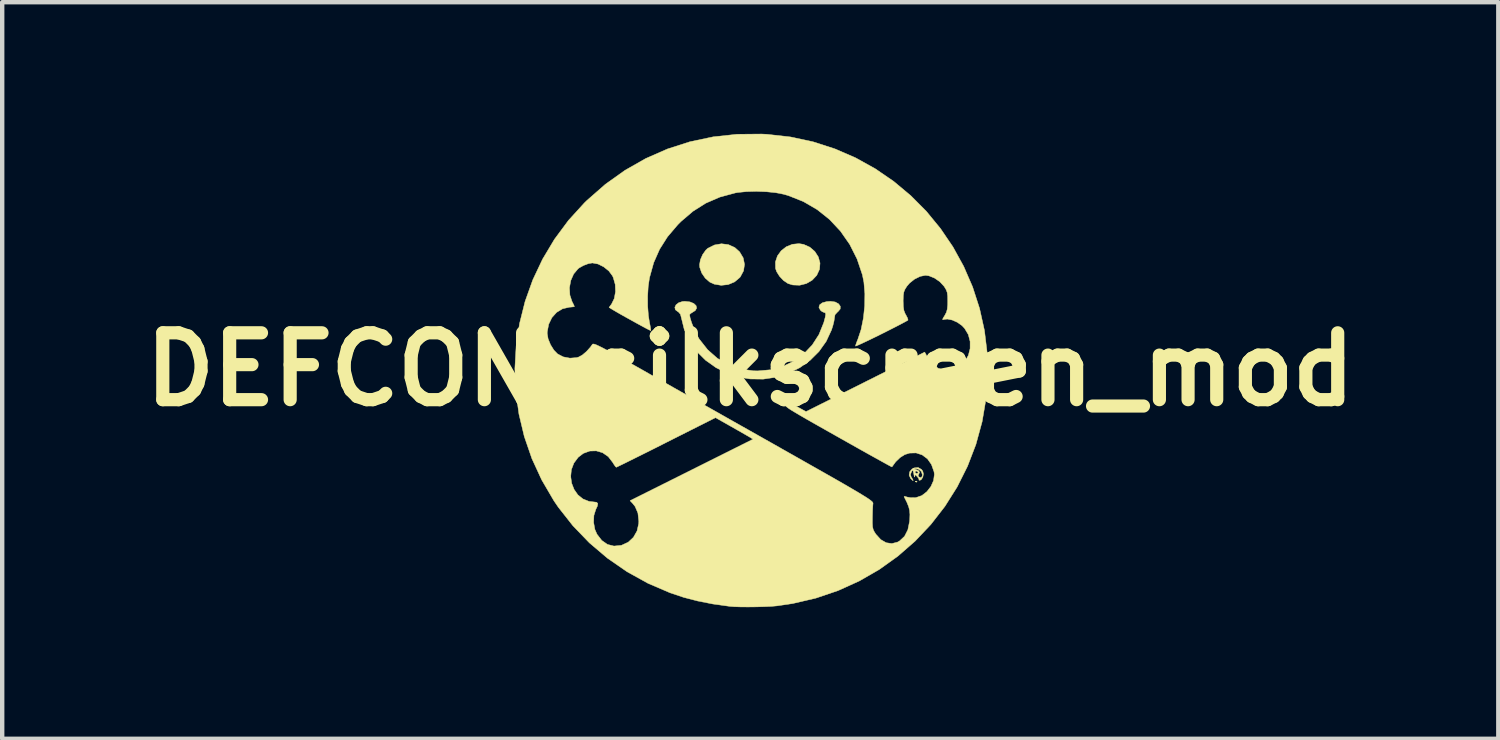
<source format=kicad_pcb>
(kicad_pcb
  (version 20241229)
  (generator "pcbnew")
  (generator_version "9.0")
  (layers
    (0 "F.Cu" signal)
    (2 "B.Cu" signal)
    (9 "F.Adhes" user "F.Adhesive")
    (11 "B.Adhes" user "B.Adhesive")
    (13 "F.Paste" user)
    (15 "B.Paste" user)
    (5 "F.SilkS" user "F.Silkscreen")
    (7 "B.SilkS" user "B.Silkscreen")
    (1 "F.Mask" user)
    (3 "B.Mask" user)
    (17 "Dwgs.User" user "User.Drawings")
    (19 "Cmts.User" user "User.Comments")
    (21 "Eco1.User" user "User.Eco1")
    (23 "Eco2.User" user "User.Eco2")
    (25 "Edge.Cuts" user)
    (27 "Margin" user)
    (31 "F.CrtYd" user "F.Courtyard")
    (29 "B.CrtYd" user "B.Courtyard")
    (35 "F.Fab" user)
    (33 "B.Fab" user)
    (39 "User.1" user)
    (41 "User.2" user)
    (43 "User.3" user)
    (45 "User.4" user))
  (footprint "DEFCON_silkscreen_mod"
    (layer "F.Cu")
    (at 14.05 5.37)
    (property "Reference" "DEFCON_silkscreen_mod" (at 0 0 0) (layer "F.SilkS") (effects (font (size 1.524 1.524) (thickness 0.3))))
    (attr through_hole)
    (fp_poly (pts (xy 3.801 2.549) (xy 3.797 2.566) (xy 3.782 2.568) (xy 3.759 2.558) (xy 3.763 2.549) (xy 3.796 2.546) (xy 3.801 2.549)) (stroke (width 0.01) (type solid)) (fill yes) (layer "F.SilkS"))
    (fp_poly (pts (xy 1.213 -2.851) (xy 1.357 -2.787) (xy 1.472 -2.688) (xy 1.552 -2.563) (xy 1.59 -2.424) (xy 1.579 -2.283) (xy 1.515 -2.144) (xy 1.411 -2.034) (xy 1.278 -1.957) (xy 1.127 -1.919) (xy 0.97 -1.925) (xy 0.86 -1.958) (xy 0.761 -2.024) (xy 0.669 -2.121) (xy 0.601 -2.229) (xy 0.576 -2.302) (xy 0.574 -2.451) (xy 0.62 -2.588) (xy 0.705 -2.705) (xy 0.821 -2.796) (xy 0.959 -2.852) (xy 1.11 -2.867) (xy 1.213 -2.851)) (stroke (width 0.01) (type solid)) (fill yes) (layer "F.SilkS"))
    (fp_poly (pts (xy -0.497 -2.844) (xy -0.351 -2.777) (xy -0.244 -2.681) (xy -0.161 -2.543) (xy -0.131 -2.395) (xy -0.153 -2.247) (xy -0.227 -2.109) (xy -0.241 -2.093) (xy -0.359 -1.994) (xy -0.504 -1.934) (xy -0.663 -1.917) (xy -0.821 -1.944) (xy -0.922 -1.99) (xy -1.025 -2.079) (xy -1.106 -2.197) (xy -1.151 -2.326) (xy -1.156 -2.387) (xy -1.136 -2.5) (xy -1.084 -2.62) (xy -1.012 -2.72) (xy -0.97 -2.759) (xy -0.817 -2.836) (xy -0.656 -2.864) (xy -0.497 -2.844)) (stroke (width 0.01) (type solid)) (fill yes) (layer "F.SilkS"))
    (fp_poly (pts (xy 3.903 2.28) (xy 3.932 2.319) (xy 3.947 2.383) (xy 3.933 2.456) (xy 3.897 2.512) (xy 3.879 2.522) (xy 3.848 2.527) (xy 3.847 2.519) (xy 3.839 2.485) (xy 3.806 2.443) (xy 3.768 2.406) (xy 3.753 2.41) (xy 3.75 2.443) (xy 3.744 2.453) (xy 3.733 2.416) (xy 3.728 2.385) (xy 3.72 2.342) (xy 3.754 2.342) (xy 3.777 2.367) (xy 3.798 2.371) (xy 3.827 2.357) (xy 3.824 2.342) (xy 3.788 2.315) (xy 3.78 2.314) (xy 3.754 2.336) (xy 3.754 2.342) (xy 3.72 2.342) (xy 3.716 2.315) (xy 3.704 2.295) (xy 3.685 2.317) (xy 3.673 2.337) (xy 3.652 2.394) (xy 3.667 2.447) (xy 3.682 2.471) (xy 3.713 2.525) (xy 3.71 2.536) (xy 3.672 2.502) (xy 3.654 2.483) (xy 3.621 2.41) (xy 3.634 2.333) (xy 3.688 2.269) (xy 3.697 2.265) (xy 3.731 2.265) (xy 3.744 2.272) (xy 3.768 2.278) (xy 3.839 2.308) (xy 3.859 2.349) (xy 3.843 2.379) (xy 3.826 2.422) (xy 3.843 2.449) (xy 3.887 2.469) (xy 3.917 2.44) (xy 3.923 2.399) (xy 3.898 2.327) (xy 3.837 2.275) (xy 3.773 2.261) (xy 3.731 2.265) (xy 3.697 2.265) (xy 3.734 2.245) (xy 3.827 2.236) (xy 3.903 2.28)) (stroke (width 0.01) (type solid)) (fill yes) (layer "F.SilkS"))
    (fp_poly (pts (xy 1.936 -1.537) (xy 2.012 -1.496) (xy 2.052 -1.44) (xy 2.05 -1.377) (xy 2 -1.317) (xy 1.99 -1.31) (xy 1.932 -1.247) (xy 1.919 -1.175) (xy 1.909 -1.103) (xy 1.884 -1.001) (xy 1.852 -0.9) (xy 1.731 -0.64) (xy 1.566 -0.408) (xy 1.363 -0.206) (xy 1.128 -0.039) (xy 0.867 0.09) (xy 0.587 0.178) (xy 0.295 0.221) (xy -0.004 0.217) (xy -0.212 0.184) (xy -0.509 0.093) (xy -0.78 -0.04) (xy -1.019 -0.21) (xy -1.223 -0.413) (xy -1.385 -0.645) (xy -1.502 -0.901) (xy -1.567 -1.164) (xy -1.591 -1.257) (xy -1.634 -1.307) (xy -1.646 -1.314) (xy -1.706 -1.359) (xy -1.719 -1.415) (xy -1.692 -1.472) (xy -1.631 -1.52) (xy -1.544 -1.548) (xy -1.491 -1.552) (xy -1.374 -1.539) (xy -1.287 -1.503) (xy -1.235 -1.454) (xy -1.222 -1.397) (xy -1.254 -1.341) (xy -1.314 -1.303) (xy -1.365 -1.271) (xy -1.383 -1.245) (xy -1.37 -1.172) (xy -1.337 -1.066) (xy -1.289 -0.944) (xy -1.234 -0.822) (xy -1.178 -0.717) (xy -1.161 -0.689) (xy -0.972 -0.449) (xy -0.752 -0.255) (xy -0.505 -0.109) (xy -0.232 -0.013) (xy 0.062 0.031) (xy 0.169 0.034) (xy 0.464 0.008) (xy 0.742 -0.068) (xy 0.996 -0.19) (xy 1.221 -0.355) (xy 1.413 -0.558) (xy 1.566 -0.795) (xy 1.674 -1.062) (xy 1.677 -1.071) (xy 1.707 -1.183) (xy 1.719 -1.253) (xy 1.712 -1.288) (xy 1.686 -1.298) (xy 1.684 -1.298) (xy 1.637 -1.318) (xy 1.598 -1.351) (xy 1.565 -1.415) (xy 1.582 -1.473) (xy 1.644 -1.519) (xy 1.743 -1.546) (xy 1.83 -1.552) (xy 1.936 -1.537)) (stroke (width 0.01) (type solid)) (fill yes) (layer "F.SilkS"))
    (fp_poly (pts (xy 0.381 -5.359) (xy 0.916 -5.299) (xy 1.433 -5.188) (xy 1.928 -5.028) (xy 2.401 -4.823) (xy 2.848 -4.575) (xy 3.268 -4.287) (xy 3.657 -3.962) (xy 4.014 -3.603) (xy 4.335 -3.212) (xy 4.62 -2.793) (xy 4.865 -2.348) (xy 5.068 -1.88) (xy 5.226 -1.392) (xy 5.338 -0.887) (xy 5.401 -0.367) (xy 5.412 0.164) (xy 5.377 0.649) (xy 5.285 1.19) (xy 5.143 1.71) (xy 4.952 2.207) (xy 4.716 2.678) (xy 4.436 3.122) (xy 4.116 3.534) (xy 3.758 3.913) (xy 3.366 4.255) (xy 2.94 4.56) (xy 2.485 4.822) (xy 2.002 5.041) (xy 1.495 5.213) (xy 0.966 5.336) (xy 0.607 5.389) (xy 0.482 5.4) (xy 0.321 5.407) (xy 0.141 5.412) (xy -0.043 5.414) (xy -0.217 5.413) (xy -0.364 5.408) (xy -0.466 5.4) (xy -0.853 5.346) (xy -1.199 5.278) (xy -1.518 5.195) (xy -1.825 5.092) (xy -1.828 5.091) (xy -2.331 4.875) (xy -2.808 4.611) (xy -3.255 4.302) (xy -3.667 3.952) (xy -4.042 3.563) (xy -4.375 3.14) (xy -4.476 2.992) (xy -4.752 2.52) (xy -4.789 2.44) (xy -4.092 2.44) (xy -4.071 2.593) (xy -4.015 2.736) (xy -3.929 2.859) (xy -3.814 2.952) (xy -3.675 3.008) (xy -3.568 3.02) (xy -3.501 3.028) (xy -3.475 3.057) (xy -3.485 3.115) (xy -3.521 3.192) (xy -3.564 3.329) (xy -3.57 3.487) (xy -3.542 3.645) (xy -3.493 3.757) (xy -3.384 3.898) (xy -3.254 3.989) (xy -3.106 4.026) (xy -2.942 4.01) (xy -2.929 4.006) (xy -2.78 3.937) (xy -2.662 3.826) (xy -2.58 3.681) (xy -2.542 3.511) (xy -2.54 3.457) (xy -2.561 3.272) (xy -2.625 3.123) (xy -2.679 3.055) (xy -2.739 2.992) (xy 0.065 1.59) (xy -0.031 1.532) (xy -0.092 1.497) (xy -0.189 1.441) (xy -0.31 1.372) (xy -0.442 1.297) (xy -0.46 1.287) (xy -0.792 1.099) (xy -1.914 1.664) (xy -2.147 1.782) (xy -2.365 1.891) (xy -2.562 1.989) (xy -2.733 2.074) (xy -2.872 2.143) (xy -2.976 2.193) (xy -3.038 2.223) (xy -3.055 2.23) (xy -3.078 2.207) (xy -3.116 2.151) (xy -3.135 2.119) (xy -3.237 1.987) (xy -3.366 1.898) (xy -3.51 1.856) (xy -3.659 1.86) (xy -3.804 1.913) (xy -3.921 2.002) (xy -4.02 2.135) (xy -4.077 2.284) (xy -4.092 2.44) (xy -4.789 2.44) (xy -4.977 2.032) (xy -5.15 1.53) (xy -5.272 1.019) (xy -5.343 0.501) (xy -5.365 -0.018) (xy -5.336 -0.535) (xy -5.293 -0.818) (xy -4.628 -0.818) (xy -4.607 -0.696) (xy -4.552 -0.562) (xy -4.475 -0.439) (xy -4.39 -0.352) (xy -4.262 -0.286) (xy -4.11 -0.257) (xy -3.957 -0.269) (xy -3.914 -0.281) (xy -3.829 -0.327) (xy -3.733 -0.408) (xy -3.643 -0.508) (xy -3.598 -0.572) (xy -3.586 -0.58) (xy -3.561 -0.578) (xy -3.52 -0.565) (xy -3.458 -0.537) (xy -3.371 -0.494) (xy -3.255 -0.433) (xy -3.105 -0.351) (xy -2.919 -0.247) (xy -2.691 -0.119) (xy -2.469 0.006) (xy -2.266 0.122) (xy -2.019 0.261) (xy -1.736 0.421) (xy -1.424 0.598) (xy -1.09 0.787) (xy -0.738 0.986) (xy -0.378 1.19) (xy -0.014 1.395) (xy 0.347 1.599) (xy 0.698 1.797) (xy 0.72 1.81) (xy 1.09 2.019) (xy 1.414 2.203) (xy 1.695 2.362) (xy 1.936 2.499) (xy 2.14 2.616) (xy 2.31 2.715) (xy 2.448 2.796) (xy 2.558 2.863) (xy 2.644 2.916) (xy 2.707 2.958) (xy 2.751 2.991) (xy 2.779 3.015) (xy 2.793 3.034) (xy 2.798 3.048) (xy 2.798 3.054) (xy 2.793 3.11) (xy 2.788 3.207) (xy 2.785 3.325) (xy 2.784 3.377) (xy 2.783 3.502) (xy 2.788 3.587) (xy 2.802 3.648) (xy 2.828 3.702) (xy 2.865 3.758) (xy 2.975 3.879) (xy 3.098 3.95) (xy 3.227 3.969) (xy 3.357 3.936) (xy 3.404 3.909) (xy 3.517 3.803) (xy 3.592 3.655) (xy 3.631 3.464) (xy 3.635 3.418) (xy 3.639 3.306) (xy 3.632 3.216) (xy 3.611 3.131) (xy 3.572 3.033) (xy 3.508 2.905) (xy 3.506 2.9) (xy 3.52 2.893) (xy 3.57 2.907) (xy 3.575 2.909) (xy 3.658 2.924) (xy 3.762 2.923) (xy 3.781 2.92) (xy 3.911 2.875) (xy 4.026 2.786) (xy 4.118 2.667) (xy 4.178 2.532) (xy 4.197 2.392) (xy 4.189 2.333) (xy 4.13 2.167) (xy 4.038 2.037) (xy 3.918 1.948) (xy 3.78 1.903) (xy 3.63 1.907) (xy 3.522 1.941) (xy 3.417 2.007) (xy 3.314 2.106) (xy 3.234 2.216) (xy 3.23 2.223) (xy 3.205 2.211) (xy 3.136 2.174) (xy 3.027 2.114) (xy 2.883 2.034) (xy 2.708 1.937) (xy 2.508 1.825) (xy 2.286 1.7) (xy 2.048 1.566) (xy 1.988 1.532) (xy 1.71 1.375) (xy 1.478 1.244) (xy 1.287 1.135) (xy 1.135 1.047) (xy 1.017 0.977) (xy 0.929 0.924) (xy 0.869 0.884) (xy 0.832 0.855) (xy 0.815 0.836) (xy 0.814 0.822) (xy 0.825 0.814) (xy 0.845 0.807) (xy 0.846 0.807) (xy 0.905 0.795) (xy 0.961 0.802) (xy 1.033 0.832) (xy 1.106 0.871) (xy 1.271 0.962) (xy 2.623 0.284) (xy 3.976 -0.395) (xy 4.049 -0.261) (xy 4.151 -0.123) (xy 4.279 -0.028) (xy 4.424 0.02) (xy 4.578 0.017) (xy 4.638 0.002) (xy 4.783 -0.073) (xy 4.895 -0.185) (xy 4.972 -0.323) (xy 5.011 -0.477) (xy 5.011 -0.638) (xy 4.97 -0.794) (xy 4.886 -0.935) (xy 4.826 -0.999) (xy 4.72 -1.074) (xy 4.603 -1.126) (xy 4.493 -1.148) (xy 4.425 -1.141) (xy 4.391 -1.132) (xy 4.384 -1.144) (xy 4.405 -1.185) (xy 4.434 -1.231) (xy 4.471 -1.302) (xy 4.491 -1.376) (xy 4.5 -1.473) (xy 4.501 -1.557) (xy 4.499 -1.673) (xy 4.489 -1.753) (xy 4.465 -1.817) (xy 4.424 -1.885) (xy 4.416 -1.896) (xy 4.32 -2) (xy 4.199 -2.083) (xy 4.072 -2.134) (xy 3.993 -2.145) (xy 3.873 -2.121) (xy 3.745 -2.058) (xy 3.631 -1.967) (xy 3.57 -1.896) (xy 3.526 -1.826) (xy 3.5 -1.762) (xy 3.489 -1.686) (xy 3.485 -1.576) (xy 3.485 -1.557) (xy 3.489 -1.432) (xy 3.502 -1.344) (xy 3.529 -1.274) (xy 3.55 -1.237) (xy 3.584 -1.171) (xy 3.596 -1.128) (xy 3.592 -1.12) (xy 3.518 -1.079) (xy 3.413 -1.023) (xy 3.283 -0.956) (xy 3.139 -0.883) (xy 2.988 -0.807) (xy 2.838 -0.733) (xy 2.698 -0.665) (xy 2.575 -0.607) (xy 2.479 -0.563) (xy 2.418 -0.537) (xy 2.399 -0.532) (xy 2.409 -0.573) (xy 2.435 -0.644) (xy 2.451 -0.682) (xy 2.526 -0.908) (xy 2.579 -1.17) (xy 2.608 -1.448) (xy 2.612 -1.727) (xy 2.59 -1.988) (xy 2.556 -2.157) (xy 2.434 -2.518) (xy 2.266 -2.851) (xy 2.056 -3.152) (xy 1.808 -3.417) (xy 1.525 -3.643) (xy 1.211 -3.826) (xy 0.869 -3.962) (xy 0.762 -3.993) (xy 0.582 -4.028) (xy 0.367 -4.05) (xy 0.137 -4.059) (xy -0.087 -4.053) (xy -0.286 -4.033) (xy -0.342 -4.023) (xy -0.693 -3.928) (xy -1.012 -3.79) (xy -1.305 -3.605) (xy -1.581 -3.37) (xy -1.654 -3.296) (xy -1.886 -3.023) (xy -2.066 -2.739) (xy -2.201 -2.433) (xy -2.295 -2.095) (xy -2.298 -2.081) (xy -2.326 -1.89) (xy -2.339 -1.67) (xy -2.338 -1.442) (xy -2.322 -1.23) (xy -2.3 -1.089) (xy -2.281 -0.991) (xy -2.269 -0.918) (xy -2.267 -0.885) (xy -2.267 -0.884) (xy -2.292 -0.895) (xy -2.358 -0.928) (xy -2.453 -0.979) (xy -2.569 -1.042) (xy -2.697 -1.113) (xy -2.827 -1.185) (xy -2.95 -1.254) (xy -3.056 -1.315) (xy -3.136 -1.362) (xy -3.154 -1.373) (xy -3.218 -1.413) (xy -3.161 -1.49) (xy -3.099 -1.617) (xy -3.071 -1.773) (xy -3.078 -1.937) (xy -3.122 -2.093) (xy -3.141 -2.134) (xy -3.224 -2.245) (xy -3.34 -2.338) (xy -3.471 -2.403) (xy -3.598 -2.427) (xy -3.69 -2.411) (xy -3.799 -2.37) (xy -3.898 -2.315) (xy -3.926 -2.293) (xy -4.025 -2.175) (xy -4.091 -2.026) (xy -4.121 -1.86) (xy -4.111 -1.694) (xy -4.064 -1.552) (xy -4.03 -1.484) (xy -4.01 -1.44) (xy -4.008 -1.433) (xy -4.033 -1.427) (xy -4.096 -1.42) (xy -4.121 -1.419) (xy -4.277 -1.383) (xy -4.413 -1.301) (xy -4.521 -1.181) (xy -4.594 -1.03) (xy -4.627 -0.856) (xy -4.628 -0.818) (xy -5.293 -0.818) (xy -5.258 -1.047) (xy -5.132 -1.55) (xy -4.957 -2.04) (xy -4.733 -2.514) (xy -4.462 -2.967) (xy -4.144 -3.396) (xy -3.779 -3.797) (xy -3.721 -3.853) (xy -3.301 -4.221) (xy -2.854 -4.539) (xy -2.383 -4.807) (xy -1.889 -5.024) (xy -1.376 -5.189) (xy -0.846 -5.301) (xy -0.3 -5.36) (xy 0.259 -5.365) (xy 0.381 -5.359)) (stroke (width 0.01) (type solid)) (fill yes) (layer "F.SilkS")))
  (gr_rect
    (start -3 -3)
    (end 31.1 13.789)
    (stroke (width 0.1) (type default))
    (fill no)
    (layer "Edge.Cuts")))
</source>
